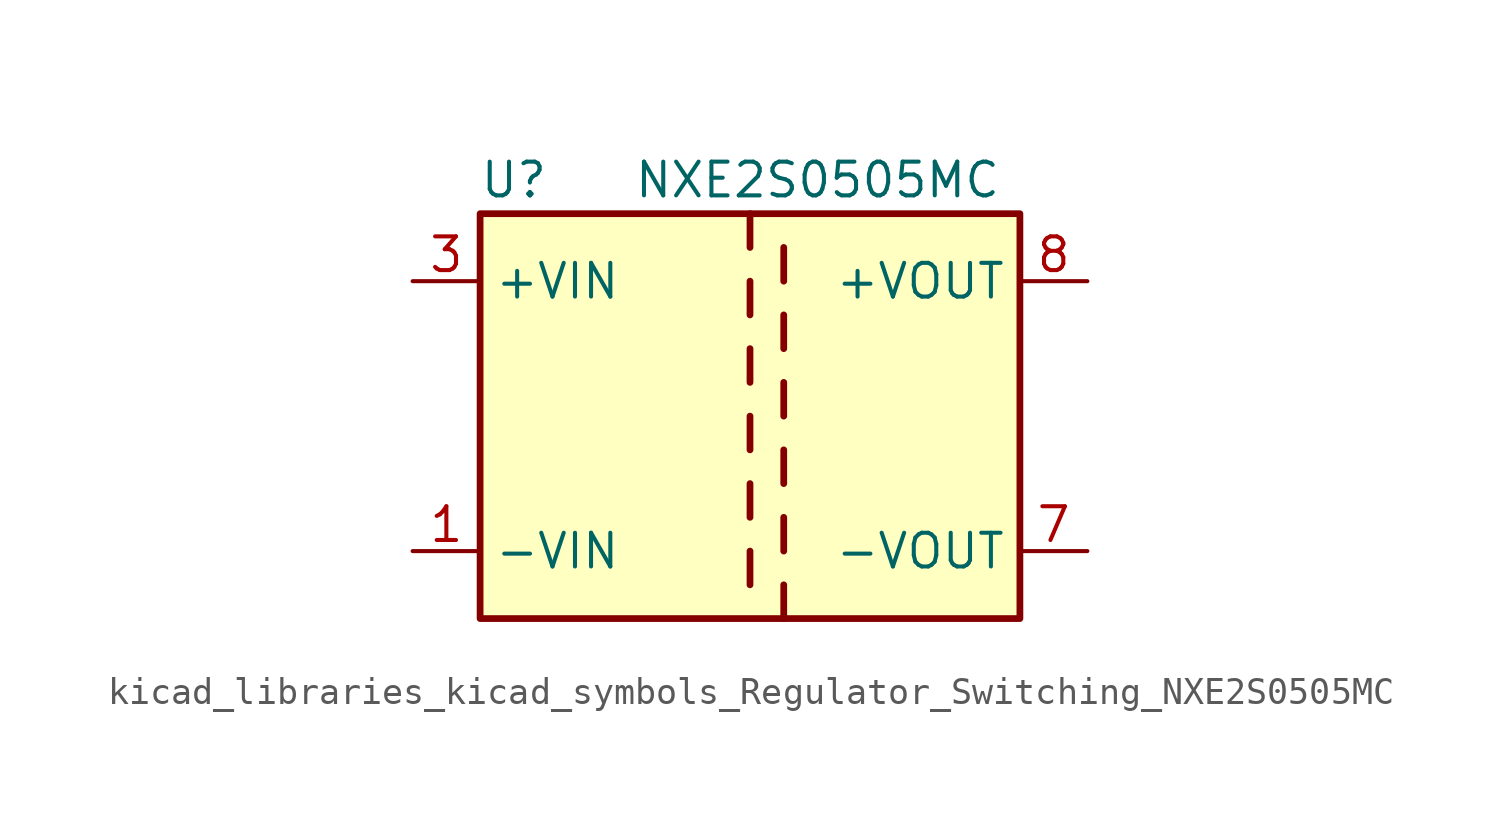
<source format=kicad_sym>
(kicad_symbol_lib
  (version 20220914)
  (generator kicad_symbol_editor)
  (symbol "kicad_libraries_kicad_symbols_Regulator_Switching_NXE2S0505MC"
    (property "Reference" "U"
      (at -8.89 8.89 0)
      (effects (font (size 1.27 1.27))))
    (property "Value" "NXE2S0505MC"
      (at 2.54 8.89 0)
      (effects (font (size 1.27 1.27))))
    (symbol "kicad_libraries_kicad_symbols_Regulator_Switching_NXE2S0505MC_0_1"
      (rectangle (start -10.16 7.62) (end 10.16 -7.62) (stroke (width 0.254) (type default)) (fill (type background)))
      (polyline (pts (xy 0 -5.08) (xy 0 -6.35)) (stroke (width 0.254) (type default)) (fill (type none)))
      (polyline (pts (xy 0 -2.54) (xy 0 -3.81)) (stroke (width 0.254) (type default)) (fill (type none)))
      (polyline (pts (xy 0 0) (xy 0 -1.27)) (stroke (width 0.254) (type default)) (fill (type none)))
      (polyline (pts (xy 0 2.54) (xy 0 1.27)) (stroke (width 0.254) (type default)) (fill (type none)))
      (polyline (pts (xy 0 5.08) (xy 0 3.81)) (stroke (width 0.254) (type default)) (fill (type none)))
      (polyline (pts (xy 0 7.62) (xy 0 6.35)) (stroke (width 0.254) (type default)) (fill (type none)))
      (polyline (pts (xy 1.27 -7.62) (xy 1.27 -6.35)) (stroke (width 0.254) (type default)) (fill (type none)))
      (polyline (pts (xy 1.27 -5.08) (xy 1.27 -3.81)) (stroke (width 0.254) (type default)) (fill (type none)))
      (polyline (pts (xy 1.27 -2.54) (xy 1.27 -1.27)) (stroke (width 0.254) (type default)) (fill (type none)))
      (polyline (pts (xy 1.27 0) (xy 1.27 1.27)) (stroke (width 0.254) (type default)) (fill (type none)))
      (polyline (pts (xy 1.27 2.54) (xy 1.27 3.81)) (stroke (width 0.254) (type default)) (fill (type none)))
      (polyline (pts (xy 1.27 5.08) (xy 1.27 6.35)) (stroke (width 0.254) (type default)) (fill (type none))))
    (symbol "kicad_libraries_kicad_symbols_Regulator_Switching_NXE2S0505MC_1_1"
      (pin power_in line (at -12.7 -5.08 0) (length 2.54) (name "-VIN" (effects (font (size 1.27 1.27)))) (number "1" (effects (font (size 1.27 1.27)))))
      (pin no_connect line (at -10.16 0 0) (length 2.54) hide (name "NC" (effects (font (size 1.27 1.27)))) (number "14" (effects (font (size 1.27 1.27)))))
      (pin power_in line (at -12.7 5.08 0) (length 2.54) (name "+VIN" (effects (font (size 1.27 1.27)))) (number "3" (effects (font (size 1.27 1.27)))))
      (pin power_out line (at 12.7 -5.08 180) (length 2.54) (name "-VOUT" (effects (font (size 1.27 1.27)))) (number "7" (effects (font (size 1.27 1.27)))))
      (pin power_out line (at 12.7 5.08 180) (length 2.54) (name "+VOUT" (effects (font (size 1.27 1.27)))) (number "8" (effects (font (size 1.27 1.27))))))))
</source>
